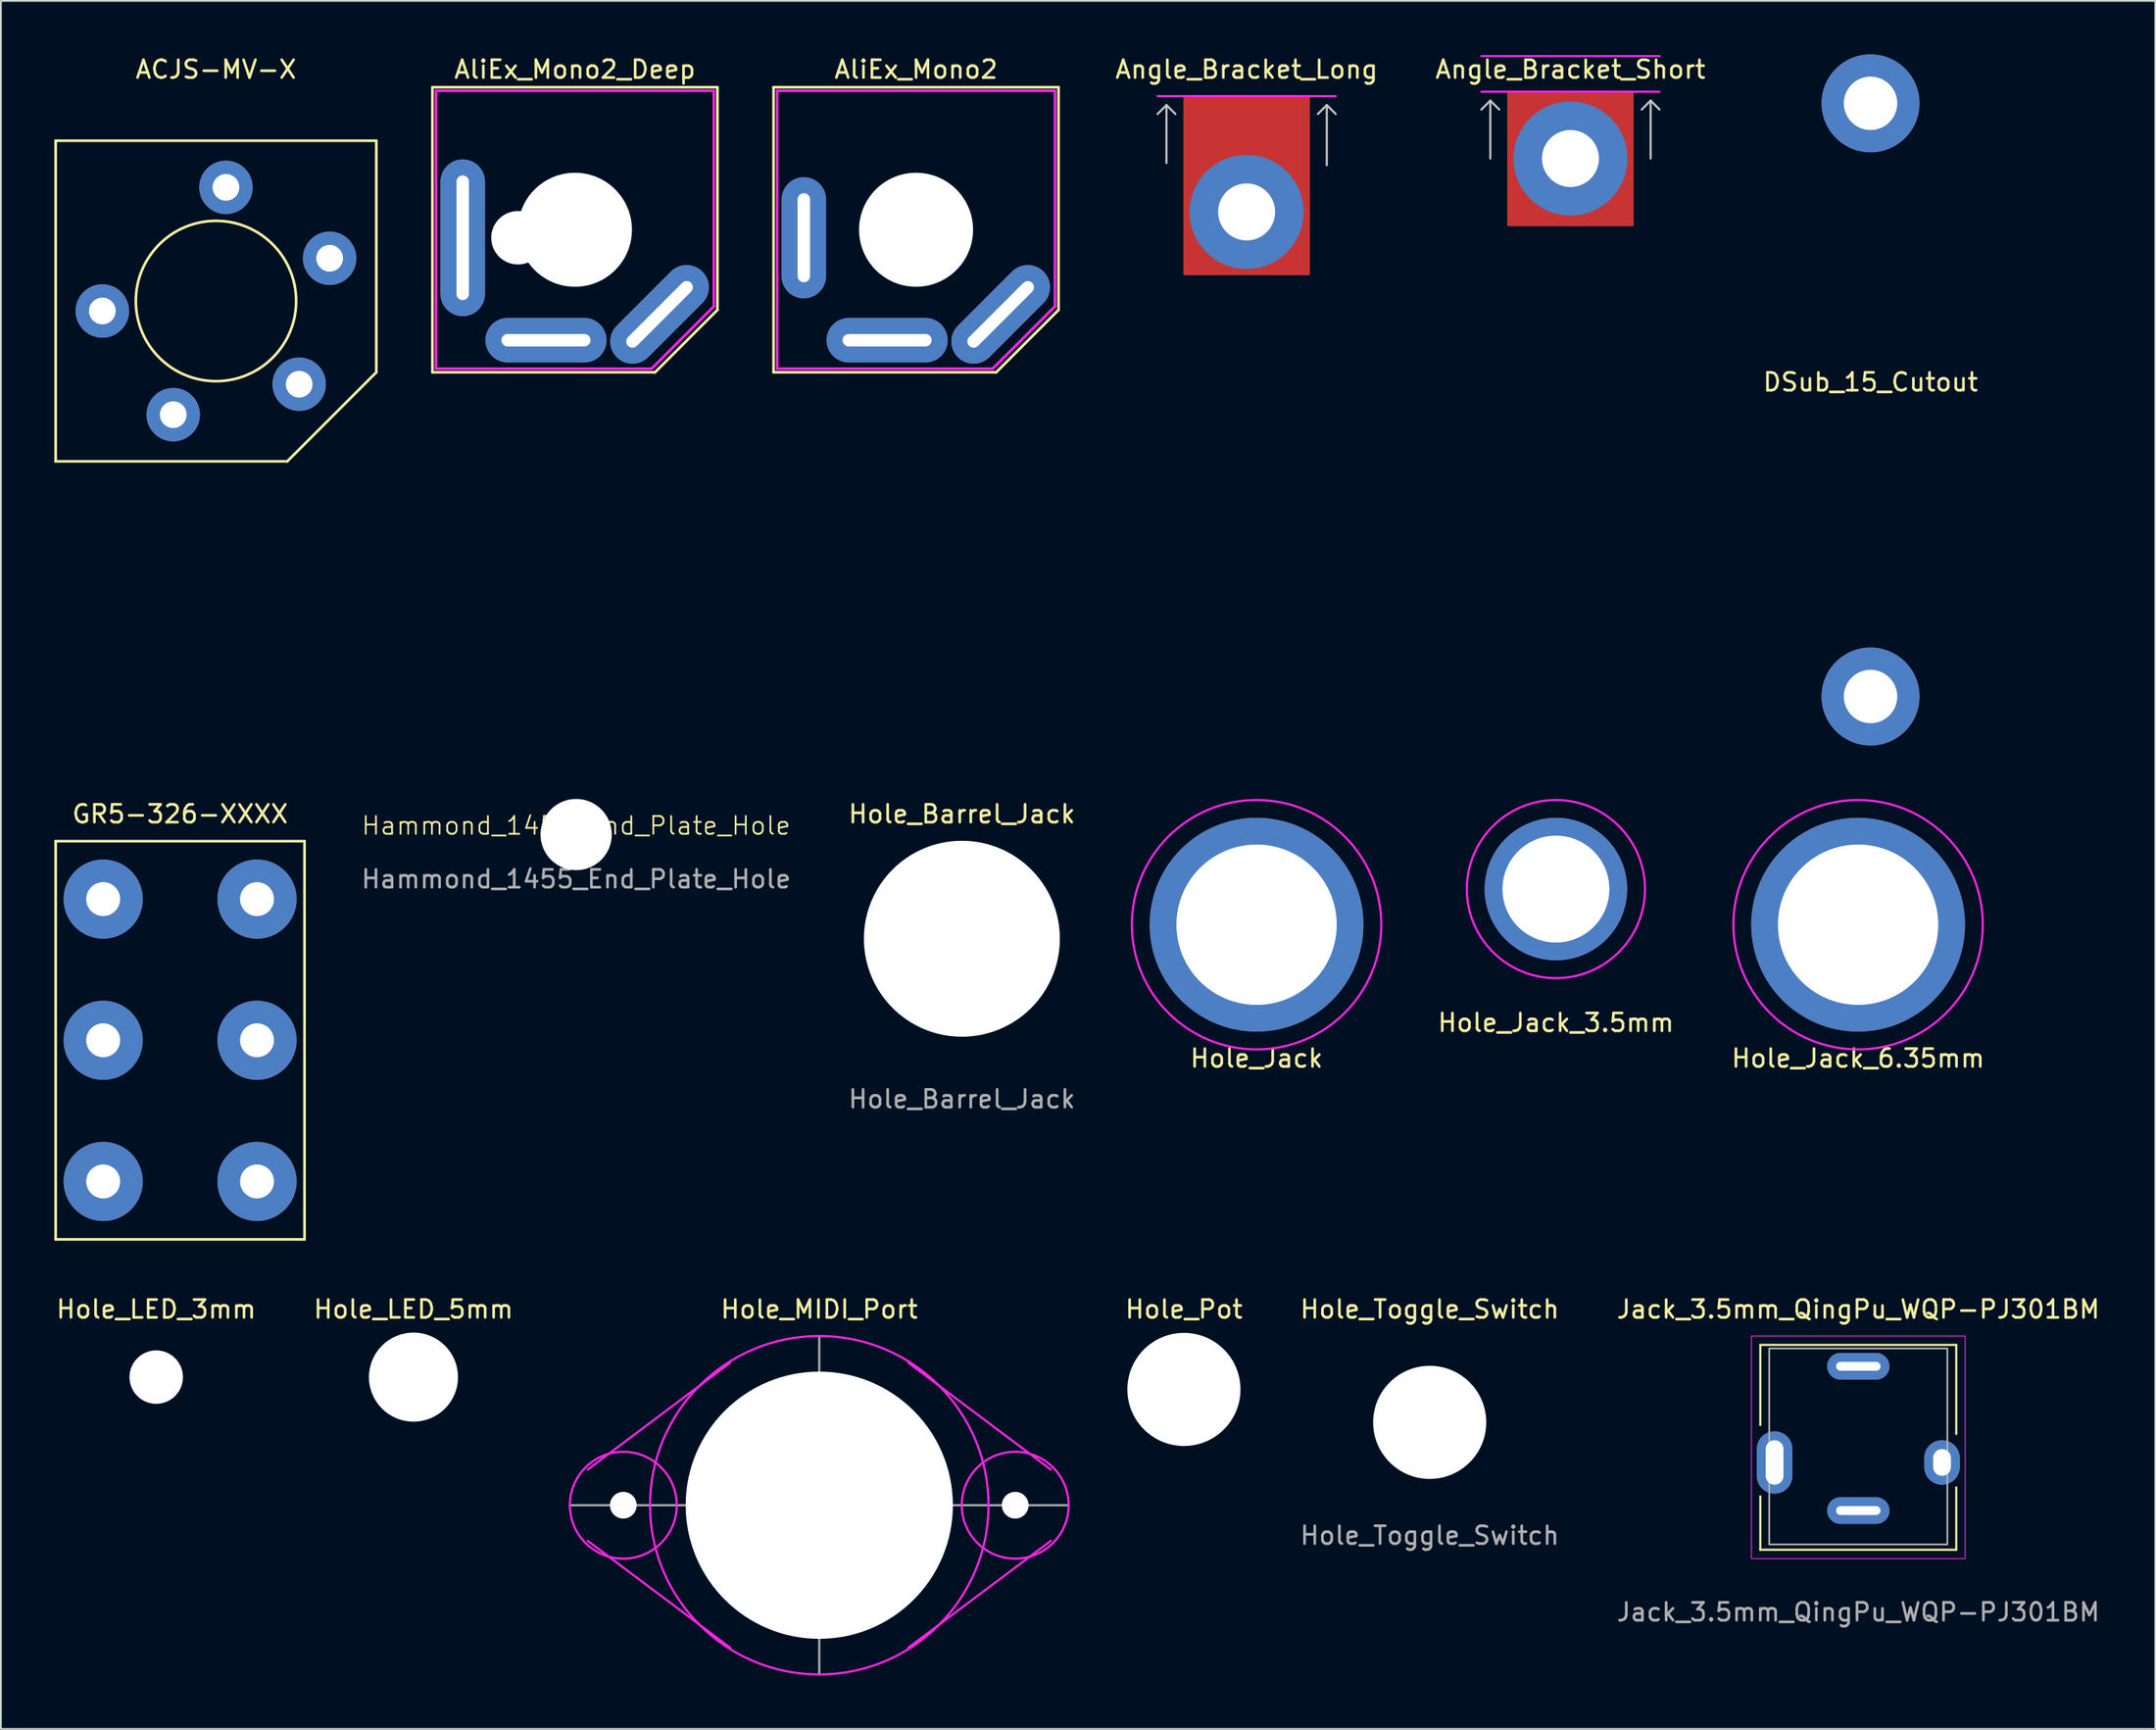
<source format=kicad_pcb>
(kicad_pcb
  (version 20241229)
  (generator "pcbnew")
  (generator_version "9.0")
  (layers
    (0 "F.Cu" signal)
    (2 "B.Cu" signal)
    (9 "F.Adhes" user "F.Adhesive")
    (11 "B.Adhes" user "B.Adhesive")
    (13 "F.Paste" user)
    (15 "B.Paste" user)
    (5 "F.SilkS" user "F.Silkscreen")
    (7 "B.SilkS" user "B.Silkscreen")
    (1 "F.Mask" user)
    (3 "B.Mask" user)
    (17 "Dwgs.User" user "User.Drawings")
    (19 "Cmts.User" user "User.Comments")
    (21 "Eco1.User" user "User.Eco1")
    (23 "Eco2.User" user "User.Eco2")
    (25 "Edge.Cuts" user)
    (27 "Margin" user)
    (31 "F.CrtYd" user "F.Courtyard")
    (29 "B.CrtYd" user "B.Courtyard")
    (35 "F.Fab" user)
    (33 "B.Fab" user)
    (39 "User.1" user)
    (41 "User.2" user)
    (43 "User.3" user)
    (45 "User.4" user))
  (footprint "DSub_15_Cutout"
    (layer "F.Cu")
    (at 101.956 19.4)
    (property "Reference" "DSub_15_Cutout" (at 0 -1 0) (layer "F.SilkS") (effects (font (size 1 1) (thickness 0.15))))
    (attr through_hole)
    (pad "" thru_hole circle (at 0 -16.65) (size 5.5 5.5) (drill 3) (layers "*.Cu" "*.Mask"))
    (pad "" thru_hole circle (at 0 16.65) (size 5.5 5.5) (drill 3) (layers "*.Cu" "*.Mask")))
  (footprint "Angle_Bracket_Short"
    (layer "F.Cu")
    (at 85.111 5.848)
    (property "Reference" "Angle_Bracket_Short" (at 0 -5 0) (layer "F.SilkS") (effects (font (size 1 1) (thickness 0.15))))
    (attr through_hole)
    (fp_poly (pts (xy -3.5 -3.75) (xy 3.5 -3.75) (xy 3.5 3.75) (xy -3.5 3.75)) (stroke (width 0.1) (type solid)) (fill yes) (layer "F.Cu"))
    (fp_poly (pts (xy -3.5 -3.75) (xy 3.5 -3.75) (xy 3.5 3.75) (xy -3.5 3.75)) (stroke (width 0.1) (type solid)) (fill yes) (layer "F.Mask"))
    (fp_line (start -4.5 -3.25) (end -5 -2.75) (stroke (width 0.12) (type solid)) (layer "Dwgs.User"))
    (fp_line (start -4.5 -3.25) (end -4.5 0) (stroke (width 0.12) (type solid)) (layer "Dwgs.User"))
    (fp_line (start -4.5 -3.25) (end -4 -2.75) (stroke (width 0.12) (type solid)) (layer "Dwgs.User"))
    (fp_line (start 4 -2.75) (end 4.5 -3.25) (stroke (width 0.12) (type solid)) (layer "Dwgs.User"))
    (fp_line (start 4.5 -3.25) (end 5 -2.75) (stroke (width 0.12) (type solid)) (layer "Dwgs.User"))
    (fp_line (start 4.5 0) (end 4.5 -3.25) (stroke (width 0.12) (type solid)) (layer "Dwgs.User"))
    (fp_line (start -5 -5.75) (end 5 -5.75) (stroke (width 0.12) (type solid)) (layer "F.CrtYd"))
    (fp_line (start -5 -3.75) (end 5 -3.75) (stroke (width 0.12) (type solid)) (layer "F.CrtYd"))
    (pad "1" thru_hole circle (at 0 0) (size 6.4 6.4) (drill 3.2) (layers "*.Cu" "*.Mask")))
  (footprint "Hole_LED_3mm"
    (layer "F.Cu")
    (at 5.72 74.257)
    (property "Reference" "Hole_LED_3mm" (at 0 -3.81 0) (unlocked yes) (layer "F.SilkS") (effects (font (size 1 1) (thickness 0.15))))
    (pad "" np_thru_hole circle (at 0 0) (size 3 3) (drill 3) (layers "*.Cu" "*.Mask")))
  (footprint "AliEx_Mono2_Deep"
    (layer "F.Cu")
    (at 29.225 9.848)
    (property "Reference" "AliEx_Mono2_Deep" (at 0 -9 0) (layer "F.SilkS") (effects (font (size 1 1) (thickness 0.15))))
    (attr through_hole)
    (fp_line (start -8 -8) (end 8 -8) (stroke (width 0.15) (type solid)) (layer "F.SilkS"))
    (fp_line (start -8 8) (end -8 -8) (stroke (width 0.15) (type solid)) (layer "F.SilkS"))
    (fp_line (start 4.5 8) (end -8 8) (stroke (width 0.15) (type solid)) (layer "F.SilkS"))
    (fp_line (start 4.5 8) (end 8 4.5) (stroke (width 0.15) (type solid)) (layer "F.SilkS"))
    (fp_line (start 8 -8) (end 8 4.5) (stroke (width 0.15) (type solid)) (layer "F.SilkS"))
    (fp_line (start -7.8 -7.8) (end -7.8 7.8) (stroke (width 0.15) (type solid)) (layer "F.CrtYd"))
    (fp_line (start -7.8 -7.8) (end 7.8 -7.8) (stroke (width 0.15) (type solid)) (layer "F.CrtYd"))
    (fp_line (start -7.8 7.8) (end 4.3 7.8) (stroke (width 0.15) (type solid)) (layer "F.CrtYd"))
    (fp_line (start 4.3 7.8) (end 7.8 4.3) (stroke (width 0.15) (type solid)) (layer "F.CrtYd"))
    (fp_line (start 7.8 -7.8) (end 7.8 4.3) (stroke (width 0.15) (type solid)) (layer "F.CrtYd"))
    (pad "" np_thru_hole circle (at -3.2 0.45 45) (size 3 3) (drill 3) (layers "*.Cu" "*.Mask"))
    (pad "" np_thru_hole circle (at 0 0) (size 6.4 6.4) (drill 6.4) (layers "*.Cu" "*.Mask"))
    (pad "S" thru_hole oval (at 4.75 4.75 45) (size 6.8 2.5) (drill oval 5 0.7) (layers "*.Cu" "*.Mask"))
    (pad "T" thru_hole oval (at -6.3 0.45 270) (size 8.8 2.5) (drill oval 7 0.7) (layers "*.Cu" "*.Mask"))
    (pad "TN" thru_hole oval (at -1.625 6.2 180) (size 6.8 2.5) (drill oval 5 0.7) (layers "*.Cu" "*.Mask")))
  (footprint "Hole_Barrel_Jack"
    (layer "F.Cu")
    (at 50.947 49.648)
    (property "Reference" "Hole_Barrel_Jack" (at 0 -7 0) (unlocked yes) (layer "F.SilkS") (effects (font (size 1 1) (thickness 0.15))))
    (attr through_hole)
    (fp_text user "${REFERENCE}" (at 0 9 0) (unlocked yes) (layer "F.Fab") (effects (font (size 1 1) (thickness 0.15))))
    (pad "" np_thru_hole circle (at 0 0) (size 11 11) (drill 11) (layers "*.Cu" "*.Mask")))
  (footprint "Hole_MIDI_Port"
    (layer "F.Cu")
    (at 42.941 81.448)
    (property "Reference" "Hole_MIDI_Port" (at 0 -11 0) (layer "F.SilkS") (effects (font (size 1 1) (thickness 0.15))))
    (attr through_hole)
    (fp_line (start -13 -2) (end -5 -8) (stroke (width 0.12) (type solid)) (layer "F.CrtYd"))
    (fp_line (start -13 2) (end -5 8) (stroke (width 0.12) (type solid)) (layer "F.CrtYd"))
    (fp_line (start 5 8) (end 13 2) (stroke (width 0.12) (type solid)) (layer "F.CrtYd"))
    (fp_line (start 13 -2) (end 5 -8) (stroke (width 0.12) (type solid)) (layer "F.CrtYd"))
    (fp_circle (center -11 0) (end -8 0) (stroke (width 0.12) (type solid)) (fill no) (layer "F.CrtYd"))
    (fp_circle (center 0 0) (end 0 -9.5) (stroke (width 0.12) (type solid)) (fill no) (layer "F.CrtYd"))
    (fp_circle (center 11 0) (end 14 0) (stroke (width 0.12) (type solid)) (fill no) (layer "F.CrtYd"))
    (fp_line (start 0 -9.5) (end 0 9.5) (stroke (width 0.12) (type solid)) (layer "F.Fab"))
    (fp_line (start 0 0) (end -14 0) (stroke (width 0.12) (type solid)) (layer "F.Fab"))
    (fp_line (start 0 0) (end 14 0) (stroke (width 0.12) (type solid)) (layer "F.Fab"))
    (pad "" np_thru_hole circle (at -11 0) (size 1.5 1.5) (drill 1.5) (layers "*.Cu" "*.Mask"))
    (pad "" np_thru_hole circle (at 0 0) (size 15 15) (drill 15) (layers "*.Cu" "*.Mask"))
    (pad "" np_thru_hole circle (at 11 0) (size 1.5 1.5) (drill 1.5) (layers "*.Cu" "*.Mask")))
  (footprint "Angle_Bracket_Long"
    (layer "F.Cu")
    (at 66.932 8.848)
    (property "Reference" "Angle_Bracket_Long" (at 0 -8 0) (layer "F.SilkS") (effects (font (size 1 1) (thickness 0.15))))
    (attr through_hole)
    (fp_poly (pts (xy -3.5 -6.5) (xy 3.5 -6.5) (xy 3.5 3.5) (xy -3.5 3.5)) (stroke (width 0.1) (type solid)) (fill yes) (layer "F.Cu"))
    (fp_poly (pts (xy -3.5 -6.5) (xy 3.5 -6.5) (xy 3.5 3.5) (xy -3.5 3.5)) (stroke (width 0.1) (type solid)) (fill yes) (layer "F.Mask"))
    (fp_line (start -4.5 -6) (end -5 -5.5) (stroke (width 0.12) (type solid)) (layer "Dwgs.User"))
    (fp_line (start -4.5 -6) (end -4.5 -2.75) (stroke (width 0.12) (type solid)) (layer "Dwgs.User"))
    (fp_line (start -4.5 -6) (end -4 -5.5) (stroke (width 0.12) (type solid)) (layer "Dwgs.User"))
    (fp_line (start 4 -5.5) (end 4.5 -6) (stroke (width 0.12) (type solid)) (layer "Dwgs.User"))
    (fp_line (start 4.5 -6) (end 5 -5.5) (stroke (width 0.12) (type solid)) (layer "Dwgs.User"))
    (fp_line (start 4.5 -2.625) (end 4.5 -5.875) (stroke (width 0.12) (type solid)) (layer "Dwgs.User"))
    (fp_line (start -5 -6.5) (end 5 -6.5) (stroke (width 0.12) (type solid)) (layer "F.CrtYd"))
    (pad "1" thru_hole circle (at 0 0) (size 6.4 6.4) (drill 3.2) (layers "*.Cu" "*.Mask")))
  (footprint "Hole_Toggle_Switch"
    (layer "F.Cu")
    (at 77.209 76.797)
    (property "Reference" "Hole_Toggle_Switch" (at 0 -6.35 0) (unlocked yes) (layer "F.SilkS") (effects (font (size 1 1) (thickness 0.15))))
    (attr through_hole)
    (fp_text user "${REFERENCE}" (at 0 6.35 0) (unlocked yes) (layer "F.Fab") (effects (font (size 1 1) (thickness 0.15))))
    (pad "" np_thru_hole circle (at 0 0) (size 6.35 6.35) (drill 6.35) (layers "*.Cu" "*.Mask")))
  (footprint "Hammond_1455_End_Plate_Hole"
    (layer "F.Cu")
    (at 29.293 43.8)
    (property "Reference" "Hammond_1455_End_Plate_Hole" (at 0 -0.5 0) (unlocked yes) (layer "F.SilkS") (effects (font (size 1 1) (thickness 0.1))))
    (attr through_hole)
    (fp_text user "${REFERENCE}" (at 0 2.5 0) (unlocked yes) (layer "F.Fab") (effects (font (size 1 1) (thickness 0.15))))
    (pad "" np_thru_hole circle (at 0 0) (size 4 4) (drill 4) (layers "*.Cu" "*.Mask")))
  (footprint "Hole_Jack_6.35mm"
    (layer "F.Cu")
    (at 101.258 48.86)
    (property "Reference" "Hole_Jack_6.35mm" (at 0 7.5 0) (layer "F.SilkS") (effects (font (size 1 1) (thickness 0.15))))
    (attr through_hole)
    (fp_circle (center 0 0) (end 7 0) (stroke (width 0.12) (type solid)) (fill no) (layer "F.CrtYd"))
    (pad "1" thru_hole circle (at 0 0) (size 12 12) (drill 9) (layers "*.Cu" "*.Mask")))
  (footprint "Jack_3.5mm_QingPu_WQP-PJ301BM"
    (layer "F.Cu")
    (at 101.269 78.448)
    (property "Reference" "Jack_3.5mm_QingPu_WQP-PJ301BM" (at 0 -8 0) (unlocked yes) (layer "F.SilkS") (effects (font (size 1 1) (thickness 0.15))))
    (attr through_hole)
    (fp_line (start -5.5 -6) (end 5.5 -6) (stroke (width 0.12) (type solid)) (layer "F.SilkS"))
    (fp_line (start -5.5 -1.5) (end -5.5 -6) (stroke (width 0.12) (type solid)) (layer "F.SilkS"))
    (fp_line (start -5.5 5.5) (end -5.5 2.5) (stroke (width 0.12) (type solid)) (layer "F.SilkS"))
    (fp_line (start 5.5 -6) (end 5.5 -1) (stroke (width 0.12) (type solid)) (layer "F.SilkS"))
    (fp_line (start 5.5 2) (end 5.5 5.5) (stroke (width 0.12) (type solid)) (layer "F.SilkS"))
    (fp_line (start 5.5 5.5) (end -5.5 5.5) (stroke (width 0.12) (type solid)) (layer "F.SilkS"))
    (fp_rect (start -6 -6.5) (end 6 6) (stroke (width 0.05) (type solid)) (fill no) (layer "F.CrtYd"))
    (fp_rect (start -5 -5.8) (end 5 5.2) (stroke (width 0.1) (type solid)) (fill no) (layer "F.Fab"))
    (fp_text user "${REFERENCE}" (at 0 9 0) (unlocked yes) (layer "F.Fab") (effects (font (size 1 1) (thickness 0.15))))
    (pad "S" thru_hole oval (at -4.7 0.6) (size 2 3.5) (drill oval 1 2.5) (layers "*.Cu" "*.Mask"))
    (pad "S" thru_hole oval (at 4.7 0.6) (size 2 2.5) (drill oval 1 1.5) (layers "*.Cu" "*.Mask"))
    (pad "T" thru_hole oval (at 0 -4.8) (size 3.5 1.5) (drill oval 2.5 0.5) (layers "*.Cu" "*.Mask"))
    (pad "TN" thru_hole oval (at 0 3.3) (size 3.5 1.5) (drill oval 2.5 0.5) (layers "*.Cu" "*.Mask")))
  (footprint "ACJS-MV-X"
    (layer "F.Cu")
    (at 9.075 13.848)
    (property "Reference" "ACJS-MV-X" (at 0 -13 0) (layer "F.SilkS") (effects (font (size 1 1) (thickness 0.15))))
    (attr through_hole)
    (fp_line (start -9 -9) (end 9 -9) (stroke (width 0.15) (type solid)) (layer "F.SilkS"))
    (fp_line (start -9 9) (end -9 -9) (stroke (width 0.15) (type solid)) (layer "F.SilkS"))
    (fp_line (start 4 9) (end -9 9) (stroke (width 0.15) (type solid)) (layer "F.SilkS"))
    (fp_line (start 9 -9) (end 9 4) (stroke (width 0.15) (type solid)) (layer "F.SilkS"))
    (fp_line (start 9 4) (end 4 9) (stroke (width 0.15) (type solid)) (layer "F.SilkS"))
    (fp_circle (center 0 0) (end 4.5 0) (stroke (width 0.15) (type solid)) (fill no) (layer "F.SilkS"))
    (pad "2" thru_hole circle (at -2.4 6.38) (size 3 3) (drill 1.5) (layers "*.Cu" "*.Mask"))
    (pad "4" thru_hole circle (at 0.56 -6.38) (size 3 3) (drill 1.5) (layers "*.Cu" "*.Mask"))
    (pad "5" thru_hole circle (at 6.38 -2.4) (size 3 3) (drill 1.5) (layers "*.Cu" "*.Mask"))
    (pad "S" thru_hole circle (at 4.67 4.67) (size 3 3) (drill 1.5) (layers "*.Cu" "*.Mask"))
    (pad "T" thru_hole circle (at -6.38 0.56 90) (size 3 3) (drill 1.5) (layers "*.Cu" "*.Mask")))
  (footprint "AliEx_Mono2"
    (layer "F.Cu")
    (at 48.375 9.848)
    (property "Reference" "AliEx_Mono2" (at 0 -9 0) (layer "F.SilkS") (effects (font (size 1 1) (thickness 0.15))))
    (attr through_hole)
    (fp_line (start -8 -8) (end 8 -8) (stroke (width 0.15) (type solid)) (layer "F.SilkS"))
    (fp_line (start -8 8) (end -8 -8) (stroke (width 0.15) (type solid)) (layer "F.SilkS"))
    (fp_line (start 4.5 8) (end -8 8) (stroke (width 0.15) (type solid)) (layer "F.SilkS"))
    (fp_line (start 4.5 8) (end 8 4.5) (stroke (width 0.15) (type solid)) (layer "F.SilkS"))
    (fp_line (start 8 -8) (end 8 4.5) (stroke (width 0.15) (type solid)) (layer "F.SilkS"))
    (fp_line (start -7.8 -7.8) (end -7.8 7.8) (stroke (width 0.15) (type solid)) (layer "F.CrtYd"))
    (fp_line (start -7.8 -7.8) (end 7.8 -7.8) (stroke (width 0.15) (type solid)) (layer "F.CrtYd"))
    (fp_line (start -7.8 7.8) (end 4.3 7.8) (stroke (width 0.15) (type solid)) (layer "F.CrtYd"))
    (fp_line (start 4.3 7.8) (end 7.8 4.3) (stroke (width 0.15) (type solid)) (layer "F.CrtYd"))
    (fp_line (start 7.8 -7.8) (end 7.8 4.3) (stroke (width 0.15) (type solid)) (layer "F.CrtYd"))
    (pad "" np_thru_hole circle (at 0 0) (size 6.4 6.4) (drill 6.4) (layers "*.Cu" "*.Mask"))
    (pad "S" thru_hole oval (at 4.75 4.75 45) (size 6.8 2.5) (drill oval 5 0.7) (layers "*.Cu" "*.Mask"))
    (pad "T" thru_hole oval (at -6.3 0.45 270) (size 6.8 2.5) (drill oval 5 0.7) (layers "*.Cu" "*.Mask"))
    (pad "TN" thru_hole oval (at -1.625 6.2 180) (size 6.8 2.5) (drill oval 5 0.7) (layers "*.Cu" "*.Mask")))
  (footprint "Hole_LED_5mm"
    (layer "F.Cu")
    (at 20.161 74.257)
    (property "Reference" "Hole_LED_5mm" (at 0 -3.81 0) (unlocked yes) (layer "F.SilkS") (effects (font (size 1 1) (thickness 0.15))))
    (pad "" np_thru_hole circle (at 0 0) (size 5 5) (drill 5) (layers "*.Cu" "*.Mask")))
  (footprint "Hole_Pot"
    (layer "F.Cu")
    (at 63.412 74.948)
    (property "Reference" "Hole_Pot" (at 0 -4.5 0) (layer "F.SilkS") (effects (font (size 1 1) (thickness 0.15))))
    (attr through_hole)
    (pad "" np_thru_hole circle (at 0 0) (size 6.35 6.35) (drill 6.35) (layers "*.Cu" "*.Mask")))
  (footprint "Hole_Jack_3.5mm"
    (layer "F.Cu")
    (at 84.294 46.86)
    (property "Reference" "Hole_Jack_3.5mm" (at 0 7.5 0) (layer "F.SilkS") (effects (font (size 1 1) (thickness 0.15))))
    (attr through_hole)
    (fp_circle (center 0 0) (end 5 0) (stroke (width 0.12) (type solid)) (fill no) (layer "F.CrtYd"))
    (pad "1" thru_hole circle (at 0 0) (size 8 8) (drill 6) (layers "*.Cu" "*.Mask")))
  (footprint "GR5-326-XXXX"
    (layer "F.Cu")
    (at 7.06 55.348)
    (property "Reference" "GR5-326-XXXX" (at 0 -12.7 0) (layer "F.SilkS") (effects (font (size 1 1) (thickness 0.15))))
    (attr through_hole)
    (fp_line (start -6.985 -11.176) (end -6.985 11.176) (stroke (width 0.15) (type solid)) (layer "F.SilkS"))
    (fp_line (start -6.985 11.176) (end 6.985 11.176) (stroke (width 0.15) (type solid)) (layer "F.SilkS"))
    (fp_line (start 6.985 -11.176) (end -6.985 -11.176) (stroke (width 0.15) (type solid)) (layer "F.SilkS"))
    (fp_line (start 6.985 -11.176) (end 6.985 11.176) (stroke (width 0.15) (type solid)) (layer "F.SilkS"))
    (pad "1" thru_hole circle (at -4.318 -7.925) (size 4.445 4.445) (drill 1.905) (layers "*.Cu" "*.Mask"))
    (pad "2" thru_hole circle (at -4.318 0) (size 4.445 4.445) (drill 1.905) (layers "*.Cu" "*.Mask"))
    (pad "3" thru_hole circle (at -4.318 7.925) (size 4.445 4.445) (drill 1.905) (layers "*.Cu" "*.Mask"))
    (pad "4" thru_hole circle (at 4.318 -7.925) (size 4.445 4.445) (drill 1.905) (layers "*.Cu" "*.Mask"))
    (pad "5" thru_hole circle (at 4.318 0) (size 4.445 4.445) (drill 1.905) (layers "*.Cu" "*.Mask"))
    (pad "6" thru_hole circle (at 4.318 7.925) (size 4.445 4.445) (drill 1.905) (layers "*.Cu" "*.Mask")))
  (footprint "Hole_Jack"
    (layer "F.Cu")
    (at 67.49 48.86)
    (property "Reference" "Hole_Jack" (at 0 7.5 0) (layer "F.SilkS") (effects (font (size 1 1) (thickness 0.15))))
    (attr through_hole)
    (fp_circle (center 0 0) (end 7 0) (stroke (width 0.12) (type solid)) (fill no) (layer "F.CrtYd"))
    (pad "1" thru_hole circle (at 0 0) (size 12 12) (drill 9) (layers "*.Cu" "*.Mask")))
  (gr_rect
    (start -3 -3)
    (end 117.941 94.007)
    (stroke (width 0.1) (type default))
    (fill no)
    (layer "Edge.Cuts")))
</source>
